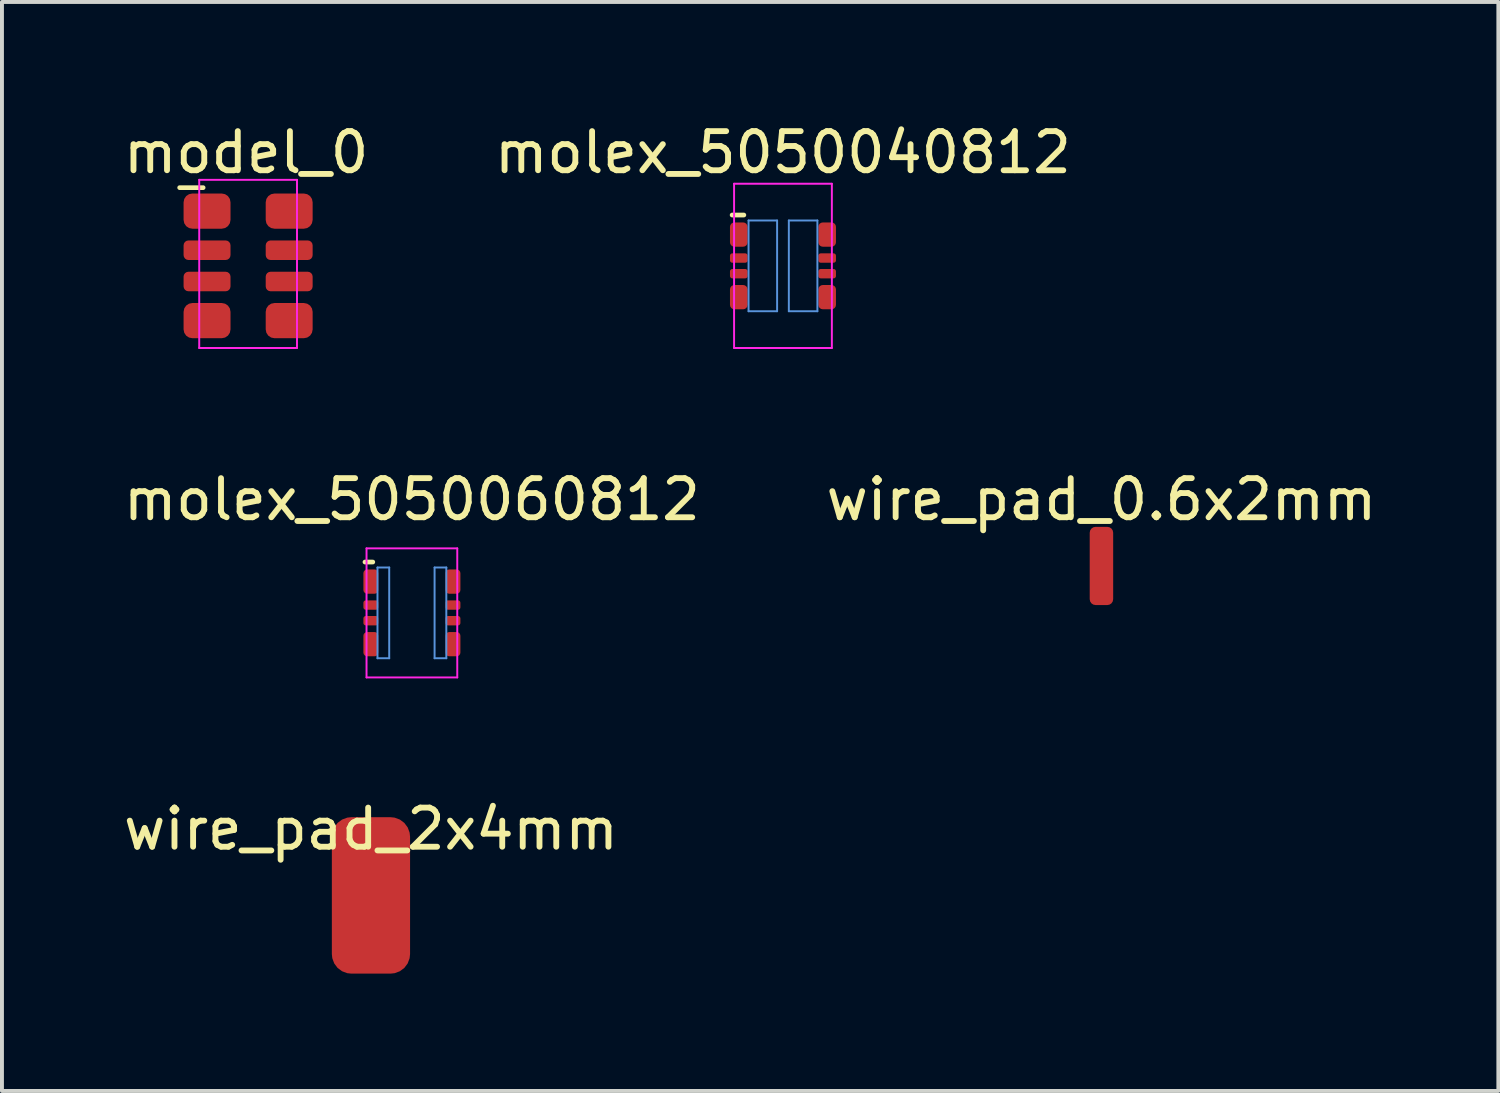
<source format=kicad_pcb>
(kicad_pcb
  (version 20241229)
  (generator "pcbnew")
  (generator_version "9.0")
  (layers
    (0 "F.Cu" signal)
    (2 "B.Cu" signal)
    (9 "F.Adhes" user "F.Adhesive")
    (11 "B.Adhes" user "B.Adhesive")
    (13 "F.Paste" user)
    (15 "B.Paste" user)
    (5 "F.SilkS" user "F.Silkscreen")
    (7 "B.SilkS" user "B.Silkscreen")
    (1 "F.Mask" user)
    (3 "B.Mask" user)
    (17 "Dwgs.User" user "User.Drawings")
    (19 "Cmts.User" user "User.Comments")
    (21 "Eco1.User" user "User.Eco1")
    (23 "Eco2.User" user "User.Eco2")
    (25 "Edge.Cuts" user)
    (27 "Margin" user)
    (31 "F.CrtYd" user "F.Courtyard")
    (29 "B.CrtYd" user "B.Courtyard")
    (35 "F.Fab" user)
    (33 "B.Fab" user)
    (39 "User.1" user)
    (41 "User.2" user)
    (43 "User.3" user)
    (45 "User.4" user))
  (footprint "molex_5050060812"
    (layer "F.Cu")
    (at 7.482 12.621)
    (property "Reference" "molex_5050060812" (at 0 -2.9 0) (layer "F.SilkS") (effects (font (size 1 1) (thickness 0.15))))
    (attr smd)
    (fp_line (start -1 -1.3) (end -1.2 -1.3) (stroke (width 0.12) (type solid)) (layer "F.SilkS"))
    (fp_line (start -0.88 -1.16) (end -0.88 1.16) (stroke (width 0.05) (type solid)) (layer "Cmts.User"))
    (fp_line (start -0.58 -1.16) (end -0.88 -1.16) (stroke (width 0.05) (type solid)) (layer "Cmts.User"))
    (fp_line (start -0.58 -1.16) (end -0.58 1.16) (stroke (width 0.05) (type solid)) (layer "Cmts.User"))
    (fp_line (start -0.58 1.16) (end -0.88 1.16) (stroke (width 0.05) (type solid)) (layer "Cmts.User"))
    (fp_line (start 0.58 -1.16) (end 0.88 -1.16) (stroke (width 0.05) (type solid)) (layer "Cmts.User"))
    (fp_line (start 0.58 1.16) (end 0.58 -1.16) (stroke (width 0.05) (type solid)) (layer "Cmts.User"))
    (fp_line (start 0.58 1.16) (end 0.88 1.16) (stroke (width 0.05) (type solid)) (layer "Cmts.User"))
    (fp_line (start 0.88 1.16) (end 0.88 -1.16) (stroke (width 0.05) (type solid)) (layer "Cmts.User"))
    (fp_line (start -1.16 -1.65) (end -1.16 1.65) (stroke (width 0.05) (type solid)) (layer "F.CrtYd"))
    (fp_line (start -1.16 1.65) (end 1.16 1.65) (stroke (width 0.05) (type solid)) (layer "F.CrtYd"))
    (fp_line (start 1.16 -1.65) (end -1.16 -1.65) (stroke (width 0.05) (type solid)) (layer "F.CrtYd"))
    (fp_line (start 1.16 1.65) (end 1.16 -1.65) (stroke (width 0.05) (type solid)) (layer "F.CrtYd"))
    (pad "1" smd roundrect (at -1.05 -0.8 90) (size 0.62 0.38) (layers "F.Cu" "F.Mask" "F.Paste") (roundrect_rratio 0.25))
    (pad "2" smd roundrect (at 1.05 -0.8 90) (size 0.62 0.38) (layers "F.Cu" "F.Mask" "F.Paste") (roundrect_rratio 0.25))
    (pad "3" smd roundrect (at -1.05 -0.2 90) (size 0.24 0.38) (layers "F.Cu" "F.Mask" "F.Paste") (roundrect_rratio 0.25))
    (pad "4" smd roundrect (at 1.05 -0.2 90) (size 0.24 0.38) (layers "F.Cu" "F.Mask" "F.Paste") (roundrect_rratio 0.25))
    (pad "5" smd roundrect (at -1.05 0.2 90) (size 0.24 0.38) (layers "F.Cu" "F.Mask" "F.Paste") (roundrect_rratio 0.25))
    (pad "6" smd roundrect (at 1.05 0.2 90) (size 0.24 0.38) (layers "F.Cu" "F.Mask" "F.Paste") (roundrect_rratio 0.25))
    (pad "7" smd roundrect (at -1.05 0.8 90) (size 0.62 0.38) (layers "F.Cu" "F.Mask" "F.Paste") (roundrect_rratio 0.25))
    (pad "8" smd roundrect (at 1.05 0.8 90) (size 0.62 0.38) (layers "F.Cu" "F.Mask" "F.Paste") (roundrect_rratio 0.25)))
  (footprint "wire_pad_2x4mm"
    (layer "F.Cu")
    (at 6.435 19.845)
    (property "Reference" "wire_pad_2x4mm" (at 0 -1.7 0) (layer "F.SilkS") (effects (font (size 1 1) (thickness 0.15))))
    (attr through_hole)
    (pad "1" smd roundrect (at 0 0) (size 2 4) (layers "F.Cu" "F.Mask" "F.Paste") (roundrect_rratio 0.25)))
  (footprint "molex_5050040812"
    (layer "F.Cu")
    (at 16.97 3.748)
    (property "Reference" "molex_5050040812" (at 0 -2.9 0) (layer "F.SilkS") (effects (font (size 1 1) (thickness 0.15))))
    (attr smd)
    (fp_line (start -1 -1.3) (end -1.3 -1.3) (stroke (width 0.12) (type solid)) (layer "F.SilkS"))
    (fp_line (start -0.88 -1.16) (end -0.88 1.16) (stroke (width 0.05) (type solid)) (layer "Cmts.User"))
    (fp_line (start -0.15 -1.16) (end -0.88 -1.16) (stroke (width 0.05) (type solid)) (layer "Cmts.User"))
    (fp_line (start -0.15 -1.16) (end -0.15 1.16) (stroke (width 0.05) (type solid)) (layer "Cmts.User"))
    (fp_line (start -0.15 1.16) (end -0.88 1.16) (stroke (width 0.05) (type solid)) (layer "Cmts.User"))
    (fp_line (start 0.15 -1.16) (end 0.88 -1.16) (stroke (width 0.05) (type solid)) (layer "Cmts.User"))
    (fp_line (start 0.15 1.16) (end 0.15 -1.16) (stroke (width 0.05) (type solid)) (layer "Cmts.User"))
    (fp_line (start 0.15 1.16) (end 0.88 1.16) (stroke (width 0.05) (type solid)) (layer "Cmts.User"))
    (fp_line (start 0.88 1.16) (end 0.88 -1.16) (stroke (width 0.05) (type solid)) (layer "Cmts.User"))
    (fp_line (start -1.25 -2.1) (end -1.25 2.1) (stroke (width 0.05) (type solid)) (layer "F.CrtYd"))
    (fp_line (start -1.25 2.1) (end 1.25 2.1) (stroke (width 0.05) (type solid)) (layer "F.CrtYd"))
    (fp_line (start 1.25 -2.1) (end -1.25 -2.1) (stroke (width 0.05) (type solid)) (layer "F.CrtYd"))
    (fp_line (start 1.25 2.1) (end 1.25 -2.1) (stroke (width 0.05) (type solid)) (layer "F.CrtYd"))
    (pad "1" smd roundrect (at -1.13 -0.8 90) (size 0.62 0.45) (layers "F.Cu" "F.Mask" "F.Paste") (roundrect_rratio 0.25))
    (pad "2" smd roundrect (at 1.13 -0.8 90) (size 0.62 0.45) (layers "F.Cu" "F.Mask" "F.Paste") (roundrect_rratio 0.25))
    (pad "3" smd roundrect (at -1.13 -0.2 90) (size 0.24 0.45) (layers "F.Cu" "F.Mask" "F.Paste") (roundrect_rratio 0.25))
    (pad "4" smd roundrect (at 1.13 -0.2 90) (size 0.24 0.45) (layers "F.Cu" "F.Mask" "F.Paste") (roundrect_rratio 0.25))
    (pad "5" smd roundrect (at -1.13 0.2 90) (size 0.24 0.45) (layers "F.Cu" "F.Mask" "F.Paste") (roundrect_rratio 0.25))
    (pad "6" smd roundrect (at 1.13 0.2 90) (size 0.24 0.45) (layers "F.Cu" "F.Mask" "F.Paste") (roundrect_rratio 0.25))
    (pad "7" smd roundrect (at -1.13 0.8 90) (size 0.62 0.45) (layers "F.Cu" "F.Mask" "F.Paste") (roundrect_rratio 0.25))
    (pad "8" smd roundrect (at 1.13 0.8 90) (size 0.62 0.45) (layers "F.Cu" "F.Mask" "F.Paste") (roundrect_rratio 0.25)))
  (footprint "wire_pad_0.6x2mm"
    (layer "F.Cu")
    (at 25.113 11.421)
    (property "Reference" "wire_pad_0.6x2mm" (at 0 -1.7 0) (layer "F.SilkS") (effects (font (size 1 1) (thickness 0.15))))
    (attr through_hole)
    (pad "1" smd roundrect (at 0 0) (size 0.6 2) (layers "F.Cu" "F.Mask" "F.Paste") (roundrect_rratio 0.25)))
  (footprint "model_0"
    (layer "F.Cu")
    (at 3.244 3.748)
    (property "Reference" "model_0" (at 0 -2.9 0) (layer "F.SilkS") (effects (font (size 1 1) (thickness 0.15))))
    (attr through_hole)
    (fp_line (start -1.1 -2) (end -1.7 -2) (stroke (width 0.12) (type solid)) (layer "F.SilkS"))
    (fp_line (start -1.2 -2.2) (end -1.2 2.1) (stroke (width 0.05) (type solid)) (layer "F.CrtYd"))
    (fp_line (start -1.2 2.1) (end 1.3 2.1) (stroke (width 0.05) (type solid)) (layer "F.CrtYd"))
    (fp_line (start 1.3 -2.2) (end -1.2 -2.2) (stroke (width 0.05) (type solid)) (layer "F.CrtYd"))
    (fp_line (start 1.3 2.1) (end 1.3 -2.2) (stroke (width 0.05) (type solid)) (layer "F.CrtYd"))
    (pad "1" smd roundrect (at -1 -1.4 90) (size 0.9 1.2) (layers "F.Cu" "F.Mask" "F.Paste") (roundrect_rratio 0.25))
    (pad "2" smd roundrect (at -1 -0.4 90) (size 0.5 1.2) (layers "F.Cu" "F.Mask" "F.Paste") (roundrect_rratio 0.25))
    (pad "3" smd roundrect (at -1 0.4 90) (size 0.5 1.2) (layers "F.Cu" "F.Mask" "F.Paste") (roundrect_rratio 0.25))
    (pad "4" smd roundrect (at -1 1.4 90) (size 0.9 1.2) (layers "F.Cu" "F.Mask" "F.Paste") (roundrect_rratio 0.25))
    (pad "5" smd roundrect (at 1.1 1.4 90) (size 0.9 1.2) (layers "F.Cu" "F.Mask" "F.Paste") (roundrect_rratio 0.25))
    (pad "6" smd roundrect (at 1.1 0.4 90) (size 0.5 1.2) (layers "F.Cu" "F.Mask" "F.Paste") (roundrect_rratio 0.25))
    (pad "7" smd roundrect (at 1.1 -0.4 90) (size 0.5 1.2) (layers "F.Cu" "F.Mask" "F.Paste") (roundrect_rratio 0.25))
    (pad "8" smd roundrect (at 1.1 -1.4 90) (size 0.9 1.2) (layers "F.Cu" "F.Mask" "F.Paste") (roundrect_rratio 0.25)))
  (gr_rect
    (start -3 -3)
    (end 35.262 24.845)
    (stroke (width 0.1) (type default))
    (fill no)
    (layer "Edge.Cuts")))
</source>
